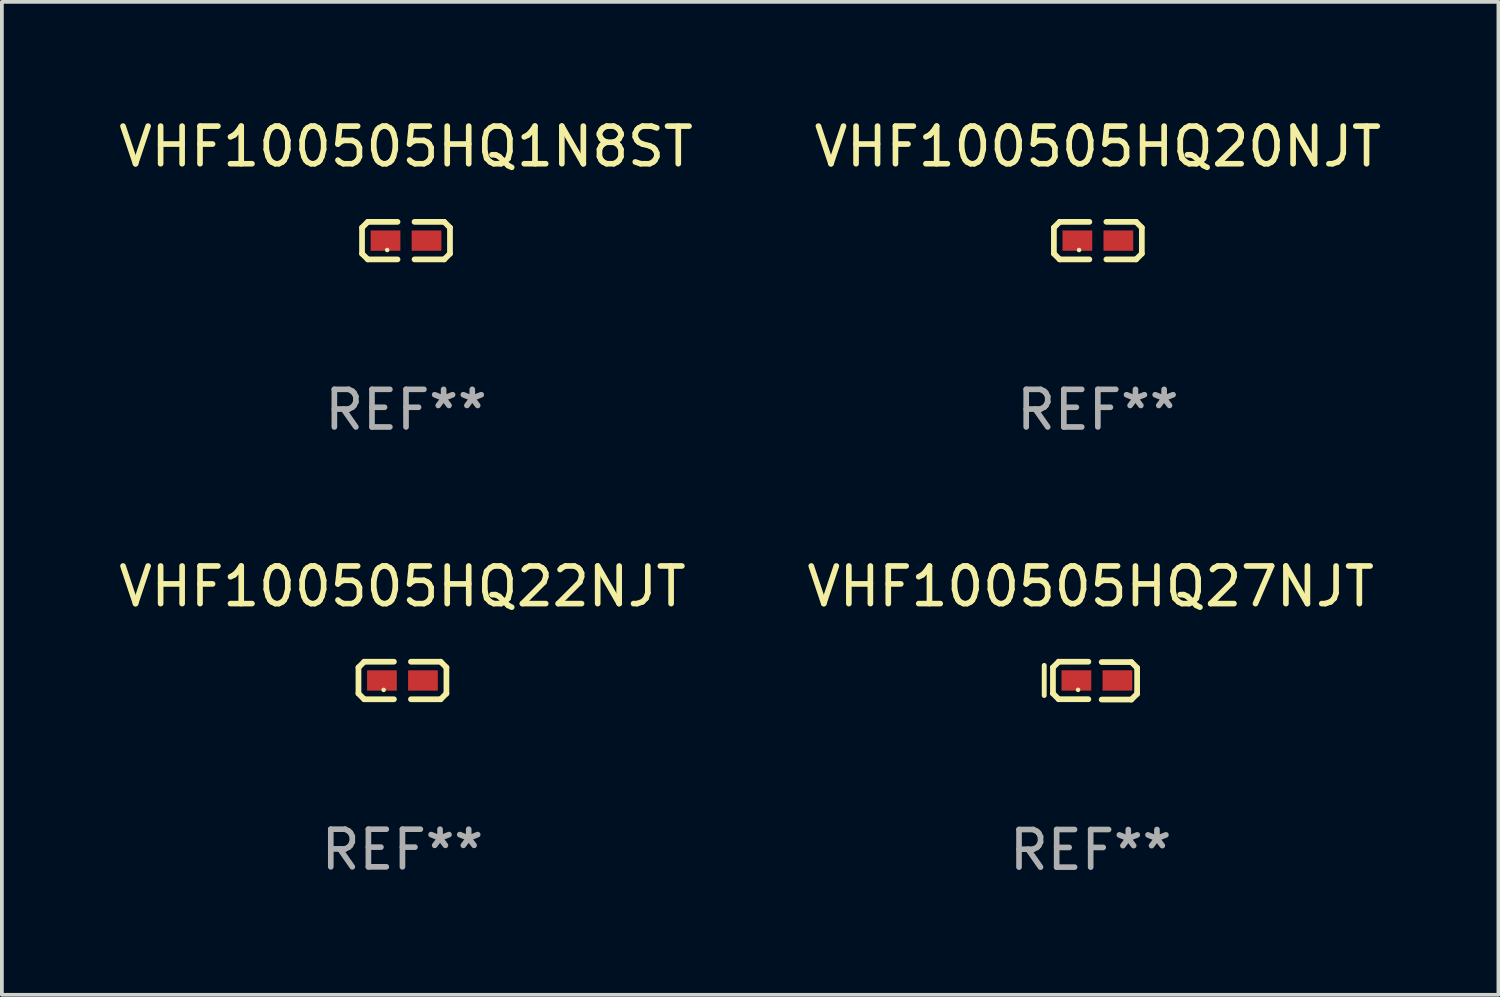
<source format=kicad_pcb>
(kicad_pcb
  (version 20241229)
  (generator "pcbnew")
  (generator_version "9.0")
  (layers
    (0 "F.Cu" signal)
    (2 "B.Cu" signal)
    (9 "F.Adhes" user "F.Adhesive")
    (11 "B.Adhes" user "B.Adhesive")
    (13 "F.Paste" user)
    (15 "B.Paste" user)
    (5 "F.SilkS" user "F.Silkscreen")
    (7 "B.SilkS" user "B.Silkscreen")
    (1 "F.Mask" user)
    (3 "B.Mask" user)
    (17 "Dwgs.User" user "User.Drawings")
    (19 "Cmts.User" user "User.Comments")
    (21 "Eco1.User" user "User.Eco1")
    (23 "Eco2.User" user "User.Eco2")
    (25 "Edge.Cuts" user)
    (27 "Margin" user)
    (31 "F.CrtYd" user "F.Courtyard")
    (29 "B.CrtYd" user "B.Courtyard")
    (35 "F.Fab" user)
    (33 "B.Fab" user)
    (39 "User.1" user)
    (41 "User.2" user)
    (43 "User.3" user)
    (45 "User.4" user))
  (footprint "VHF100505HQ20NJT"
    (layer "F.Cu")
    (at 26.137 3.347)
    (property "Reference" "VHF100505HQ20NJT" (at 0 -2.499 0) (layer "F.SilkS") (effects (font (size 1 1) (thickness 0.15))))
    (attr through_hole)
    (fp_line (start -1.169 -0.346) (end -1.016 -0.499) (stroke (width 0.152) (type solid)) (layer "F.SilkS"))
    (fp_line (start -1.169 0.346) (end -1.169 -0.346) (stroke (width 0.152) (type solid)) (layer "F.SilkS"))
    (fp_line (start -1.016 -0.499) (end -0.226 -0.499) (stroke (width 0.152) (type solid)) (layer "F.SilkS"))
    (fp_line (start -1.016 0.499) (end -1.169 0.346) (stroke (width 0.152) (type solid)) (layer "F.SilkS"))
    (fp_line (start -0.226 0.499) (end -1.016 0.499) (stroke (width 0.152) (type solid)) (layer "F.SilkS"))
    (fp_line (start 0.226 0.499) (end 1.016 0.499) (stroke (width 0.152) (type solid)) (layer "F.SilkS"))
    (fp_line (start 1.016 -0.499) (end 0.226 -0.499) (stroke (width 0.152) (type solid)) (layer "F.SilkS"))
    (fp_line (start 1.016 0.499) (end 1.169 0.346) (stroke (width 0.152) (type solid)) (layer "F.SilkS"))
    (fp_line (start 1.169 -0.346) (end 1.016 -0.499) (stroke (width 0.152) (type solid)) (layer "F.SilkS"))
    (fp_line (start 1.169 0.346) (end 1.169 -0.346) (stroke (width 0.152) (type solid)) (layer "F.SilkS"))
    (fp_circle (center -0.5 0.25) (end -0.47 0.25) (stroke (width 0.06) (type solid)) (fill no) (layer "F.SilkS"))
    (fp_text user "REF**" (at 0 4.499 0) (layer "F.Fab") (effects (font (size 1 1) (thickness 0.15))))
    (pad "1" smd rect (at -0.545 0) (size 0.79 0.54) (layers "F.Cu" "F.Mask" "F.Paste"))
    (pad "2" smd rect (at 0.545 0) (size 0.79 0.54) (layers "F.Cu" "F.Mask" "F.Paste")))
  (footprint "VHF100505HQ22NJT"
    (layer "F.Cu")
    (at 7.649 15.041)
    (property "Reference" "VHF100505HQ22NJT" (at 0 -2.499 0) (layer "F.SilkS") (effects (font (size 1 1) (thickness 0.15))))
    (attr through_hole)
    (fp_line (start -1.169 -0.346) (end -1.016 -0.499) (stroke (width 0.152) (type solid)) (layer "F.SilkS"))
    (fp_line (start -1.169 0.346) (end -1.169 -0.346) (stroke (width 0.152) (type solid)) (layer "F.SilkS"))
    (fp_line (start -1.016 -0.499) (end -0.226 -0.499) (stroke (width 0.152) (type solid)) (layer "F.SilkS"))
    (fp_line (start -1.016 0.499) (end -1.169 0.346) (stroke (width 0.152) (type solid)) (layer "F.SilkS"))
    (fp_line (start -0.226 0.499) (end -1.016 0.499) (stroke (width 0.152) (type solid)) (layer "F.SilkS"))
    (fp_line (start 0.226 0.499) (end 1.016 0.499) (stroke (width 0.152) (type solid)) (layer "F.SilkS"))
    (fp_line (start 1.016 -0.499) (end 0.226 -0.499) (stroke (width 0.152) (type solid)) (layer "F.SilkS"))
    (fp_line (start 1.016 0.499) (end 1.169 0.346) (stroke (width 0.152) (type solid)) (layer "F.SilkS"))
    (fp_line (start 1.169 -0.346) (end 1.016 -0.499) (stroke (width 0.152) (type solid)) (layer "F.SilkS"))
    (fp_line (start 1.169 0.346) (end 1.169 -0.346) (stroke (width 0.152) (type solid)) (layer "F.SilkS"))
    (fp_circle (center -0.5 0.25) (end -0.47 0.25) (stroke (width 0.06) (type solid)) (fill no) (layer "F.SilkS"))
    (fp_text user "REF**" (at 0 4.499 0) (layer "F.Fab") (effects (font (size 1 1) (thickness 0.15))))
    (pad "1" smd rect (at -0.545 0) (size 0.79 0.54) (layers "F.Cu" "F.Mask" "F.Paste"))
    (pad "2" smd rect (at 0.545 0) (size 0.79 0.54) (layers "F.Cu" "F.Mask" "F.Paste")))
  (footprint "VHF100505HQ1N8ST"
    (layer "F.Cu")
    (at 7.744 3.347)
    (property "Reference" "VHF100505HQ1N8ST" (at 0 -2.499 0) (layer "F.SilkS") (effects (font (size 1 1) (thickness 0.15))))
    (attr through_hole)
    (fp_line (start -1.169 -0.346) (end -1.016 -0.499) (stroke (width 0.152) (type solid)) (layer "F.SilkS"))
    (fp_line (start -1.169 0.346) (end -1.169 -0.346) (stroke (width 0.152) (type solid)) (layer "F.SilkS"))
    (fp_line (start -1.016 -0.499) (end -0.226 -0.499) (stroke (width 0.152) (type solid)) (layer "F.SilkS"))
    (fp_line (start -1.016 0.499) (end -1.169 0.346) (stroke (width 0.152) (type solid)) (layer "F.SilkS"))
    (fp_line (start -0.226 0.499) (end -1.016 0.499) (stroke (width 0.152) (type solid)) (layer "F.SilkS"))
    (fp_line (start 0.226 0.499) (end 1.016 0.499) (stroke (width 0.152) (type solid)) (layer "F.SilkS"))
    (fp_line (start 1.016 -0.499) (end 0.226 -0.499) (stroke (width 0.152) (type solid)) (layer "F.SilkS"))
    (fp_line (start 1.016 0.499) (end 1.169 0.346) (stroke (width 0.152) (type solid)) (layer "F.SilkS"))
    (fp_line (start 1.169 -0.346) (end 1.016 -0.499) (stroke (width 0.152) (type solid)) (layer "F.SilkS"))
    (fp_line (start 1.169 0.346) (end 1.169 -0.346) (stroke (width 0.152) (type solid)) (layer "F.SilkS"))
    (fp_circle (center -0.5 0.25) (end -0.47 0.25) (stroke (width 0.06) (type solid)) (fill no) (layer "F.SilkS"))
    (fp_text user "REF**" (at 0 4.499 0) (layer "F.Fab") (effects (font (size 1 1) (thickness 0.15))))
    (pad "1" smd rect (at -0.545 0) (size 0.79 0.54) (layers "F.Cu" "F.Mask" "F.Paste"))
    (pad "2" smd rect (at 0.545 0) (size 0.79 0.54) (layers "F.Cu" "F.Mask" "F.Paste")))
  (footprint "VHF100505HQ27NJT"
    (layer "F.Cu")
    (at 25.946 15.045)
    (property "Reference" "VHF100505HQ27NJT" (at 0 -2.503 0) (layer "F.SilkS") (effects (font (size 1 1) (thickness 0.15))))
    (attr through_hole)
    (fp_line (start -1.235 -0.405) (end -1.235 0.395) (stroke (width 0.13) (type solid)) (layer "F.SilkS"))
    (fp_line (start -1.003 -0.351) (end -0.851 -0.503) (stroke (width 0.152) (type solid)) (layer "F.SilkS"))
    (fp_line (start -1.003 0.341) (end -1.003 -0.351) (stroke (width 0.152) (type solid)) (layer "F.SilkS"))
    (fp_line (start -0.851 -0.503) (end -0.061 -0.503) (stroke (width 0.152) (type solid)) (layer "F.SilkS"))
    (fp_line (start -0.851 0.494) (end -1.003 0.341) (stroke (width 0.152) (type solid)) (layer "F.SilkS"))
    (fp_line (start -0.061 0.494) (end -0.851 0.494) (stroke (width 0.152) (type solid)) (layer "F.SilkS"))
    (fp_line (start 0.292 0.503) (end 1.082 0.503) (stroke (width 0.152) (type solid)) (layer "F.SilkS"))
    (fp_line (start 1.082 -0.494) (end 0.292 -0.494) (stroke (width 0.152) (type solid)) (layer "F.SilkS"))
    (fp_line (start 1.082 0.503) (end 1.235 0.351) (stroke (width 0.152) (type solid)) (layer "F.SilkS"))
    (fp_line (start 1.235 -0.341) (end 1.082 -0.494) (stroke (width 0.152) (type solid)) (layer "F.SilkS"))
    (fp_line (start 1.235 0.351) (end 1.235 -0.341) (stroke (width 0.152) (type solid)) (layer "F.SilkS"))
    (fp_circle (center -0.335 0.245) (end -0.305 0.245) (stroke (width 0.06) (type solid)) (fill no) (layer "F.SilkS"))
    (fp_text user "REF**" (at 0 4.503 0) (layer "F.Fab") (effects (font (size 1 1) (thickness 0.15))))
    (pad "1" smd rect (at -0.38 -0.005) (size 0.79 0.54) (layers "F.Cu" "F.Mask" "F.Paste"))
    (pad "2" smd rect (at 0.71 -0.005) (size 0.79 0.54) (layers "F.Cu" "F.Mask" "F.Paste")))
  (gr_rect
    (start -3 -3)
    (end 36.786 23.397)
    (stroke (width 0.1) (type default))
    (fill no)
    (layer "Edge.Cuts")))
</source>
